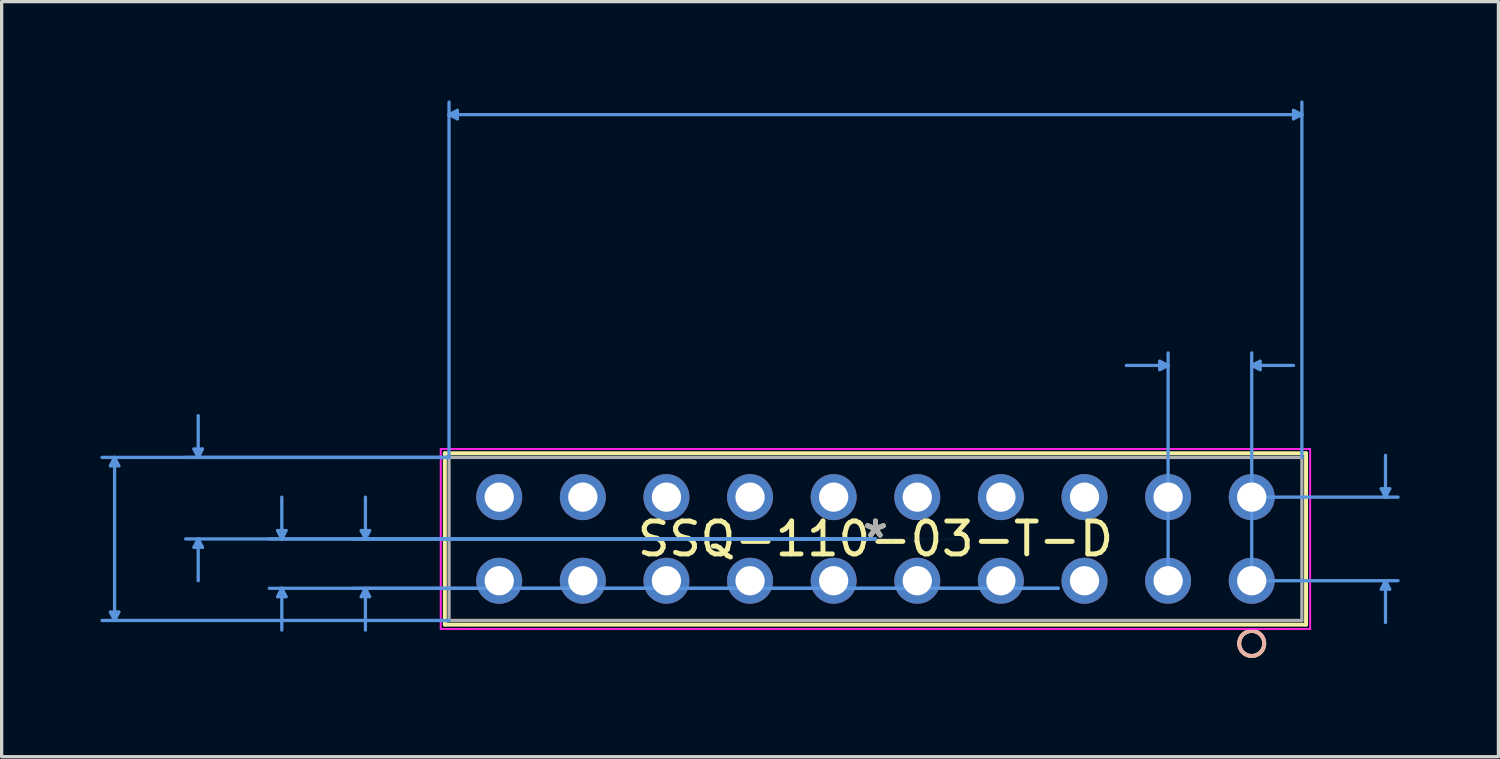
<source format=kicad_pcb>
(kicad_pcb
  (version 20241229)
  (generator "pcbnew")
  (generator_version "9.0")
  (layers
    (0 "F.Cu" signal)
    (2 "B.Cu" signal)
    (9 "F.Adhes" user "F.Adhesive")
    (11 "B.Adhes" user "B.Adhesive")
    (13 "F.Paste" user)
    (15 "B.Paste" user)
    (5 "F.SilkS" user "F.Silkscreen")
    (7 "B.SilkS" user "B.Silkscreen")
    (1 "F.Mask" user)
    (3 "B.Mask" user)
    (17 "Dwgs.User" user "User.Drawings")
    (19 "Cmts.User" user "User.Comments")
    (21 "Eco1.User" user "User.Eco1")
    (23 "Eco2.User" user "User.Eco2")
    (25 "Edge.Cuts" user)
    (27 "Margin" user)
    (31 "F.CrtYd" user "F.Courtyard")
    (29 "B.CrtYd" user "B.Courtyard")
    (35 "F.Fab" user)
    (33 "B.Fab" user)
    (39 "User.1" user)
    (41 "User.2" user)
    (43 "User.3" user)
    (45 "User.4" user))
  (footprint "SSQ-110-03-T-D"
    (layer "F.Cu")
    (at 23.545 13.322)
    (property "Reference" "SSQ-110-03-T-D" (at 0 0 0) (layer "F.SilkS") (effects (font (size 1 1) (thickness 0.15))))
    (attr through_hole)
    (fp_line (start -13.081 -2.603) (end -13.081 2.603) (stroke (width 0.12) (type solid)) (layer "F.SilkS"))
    (fp_line (start -13.081 2.603) (end 13.081 2.603) (stroke (width 0.12) (type solid)) (layer "F.SilkS"))
    (fp_line (start 13.081 -2.603) (end -13.081 -2.603) (stroke (width 0.12) (type solid)) (layer "F.SilkS"))
    (fp_line (start 13.081 2.603) (end 13.081 -2.603) (stroke (width 0.12) (type solid)) (layer "F.SilkS"))
    (fp_circle (center 11.43 3.175) (end 11.811 3.175) (stroke (width 0.12) (type solid)) (fill no) (layer "F.SilkS"))
    (fp_circle (center 11.43 3.175) (end 11.811 3.175) (stroke (width 0.12) (type solid)) (fill no) (layer "B.SilkS"))
    (fp_line (start -23.241 -2.223) (end -22.987 -2.223) (stroke (width 0.1) (type solid)) (layer "Cmts.User"))
    (fp_line (start -23.241 2.223) (end -22.987 2.223) (stroke (width 0.1) (type solid)) (layer "Cmts.User"))
    (fp_line (start -23.114 -2.477) (end -23.241 -2.223) (stroke (width 0.1) (type solid)) (layer "Cmts.User"))
    (fp_line (start -23.114 -2.477) (end -23.114 2.477) (stroke (width 0.1) (type solid)) (layer "Cmts.User"))
    (fp_line (start -23.114 -2.477) (end -22.987 -2.223) (stroke (width 0.1) (type solid)) (layer "Cmts.User"))
    (fp_line (start -23.114 2.477) (end -23.241 2.223) (stroke (width 0.1) (type solid)) (layer "Cmts.User"))
    (fp_line (start -23.114 2.477) (end -22.987 2.223) (stroke (width 0.1) (type solid)) (layer "Cmts.User"))
    (fp_line (start -20.701 -2.731) (end -20.447 -2.731) (stroke (width 0.1) (type solid)) (layer "Cmts.User"))
    (fp_line (start -20.701 0.254) (end -20.447 0.254) (stroke (width 0.1) (type solid)) (layer "Cmts.User"))
    (fp_line (start -20.574 -2.477) (end -20.701 -2.731) (stroke (width 0.1) (type solid)) (layer "Cmts.User"))
    (fp_line (start -20.574 -2.477) (end -20.574 -3.747) (stroke (width 0.1) (type solid)) (layer "Cmts.User"))
    (fp_line (start -20.574 -2.477) (end -20.447 -2.731) (stroke (width 0.1) (type solid)) (layer "Cmts.User"))
    (fp_line (start -20.574 0) (end -20.701 0.254) (stroke (width 0.1) (type solid)) (layer "Cmts.User"))
    (fp_line (start -20.574 0) (end -20.574 1.27) (stroke (width 0.1) (type solid)) (layer "Cmts.User"))
    (fp_line (start -20.574 0) (end -20.447 0.254) (stroke (width 0.1) (type solid)) (layer "Cmts.User"))
    (fp_line (start -18.161 -0.254) (end -17.907 -0.254) (stroke (width 0.1) (type solid)) (layer "Cmts.User"))
    (fp_line (start -18.161 1.753) (end -17.907 1.753) (stroke (width 0.1) (type solid)) (layer "Cmts.User"))
    (fp_line (start -18.034 0) (end -18.161 -0.254) (stroke (width 0.1) (type solid)) (layer "Cmts.User"))
    (fp_line (start -18.034 0) (end -18.034 -1.27) (stroke (width 0.1) (type solid)) (layer "Cmts.User"))
    (fp_line (start -18.034 0) (end -17.907 -0.254) (stroke (width 0.1) (type solid)) (layer "Cmts.User"))
    (fp_line (start -18.034 1.499) (end -18.161 1.753) (stroke (width 0.1) (type solid)) (layer "Cmts.User"))
    (fp_line (start -18.034 1.499) (end -18.034 2.769) (stroke (width 0.1) (type solid)) (layer "Cmts.User"))
    (fp_line (start -18.034 1.499) (end -17.907 1.753) (stroke (width 0.1) (type solid)) (layer "Cmts.User"))
    (fp_line (start -15.621 -0.254) (end -15.367 -0.254) (stroke (width 0.1) (type solid)) (layer "Cmts.User"))
    (fp_line (start -15.621 1.753) (end -15.367 1.753) (stroke (width 0.1) (type solid)) (layer "Cmts.User"))
    (fp_line (start -15.494 0) (end -15.621 -0.254) (stroke (width 0.1) (type solid)) (layer "Cmts.User"))
    (fp_line (start -15.494 0) (end -15.494 -1.27) (stroke (width 0.1) (type solid)) (layer "Cmts.User"))
    (fp_line (start -15.494 0) (end -15.367 -0.254) (stroke (width 0.1) (type solid)) (layer "Cmts.User"))
    (fp_line (start -15.494 1.499) (end -15.621 1.753) (stroke (width 0.1) (type solid)) (layer "Cmts.User"))
    (fp_line (start -15.494 1.499) (end -15.494 2.769) (stroke (width 0.1) (type solid)) (layer "Cmts.User"))
    (fp_line (start -15.494 1.499) (end -15.367 1.753) (stroke (width 0.1) (type solid)) (layer "Cmts.User"))
    (fp_line (start -12.954 -12.89) (end -12.7 -13.018) (stroke (width 0.1) (type solid)) (layer "Cmts.User"))
    (fp_line (start -12.954 -12.89) (end -12.7 -12.764) (stroke (width 0.1) (type solid)) (layer "Cmts.User"))
    (fp_line (start -12.954 -12.89) (end 12.954 -12.89) (stroke (width 0.1) (type solid)) (layer "Cmts.User"))
    (fp_line (start -12.954 -2.477) (end -23.495 -2.477) (stroke (width 0.1) (type solid)) (layer "Cmts.User"))
    (fp_line (start -12.954 -2.477) (end -20.955 -2.477) (stroke (width 0.1) (type solid)) (layer "Cmts.User"))
    (fp_line (start -12.954 -2.477) (end -12.954 -13.271) (stroke (width 0.1) (type solid)) (layer "Cmts.User"))
    (fp_line (start -12.954 2.477) (end -23.495 2.477) (stroke (width 0.1) (type solid)) (layer "Cmts.User"))
    (fp_line (start -12.7 -13.018) (end -12.7 -12.764) (stroke (width 0.1) (type solid)) (layer "Cmts.User"))
    (fp_line (start 0 0) (end -20.955 0) (stroke (width 0.1) (type solid)) (layer "Cmts.User"))
    (fp_line (start 0 0) (end -18.415 0) (stroke (width 0.1) (type solid)) (layer "Cmts.User"))
    (fp_line (start 0 0) (end -15.875 0) (stroke (width 0.1) (type solid)) (layer "Cmts.User"))
    (fp_line (start 5.55 1.499) (end -18.415 1.499) (stroke (width 0.1) (type solid)) (layer "Cmts.User"))
    (fp_line (start 5.55 1.499) (end -15.875 1.499) (stroke (width 0.1) (type solid)) (layer "Cmts.User"))
    (fp_line (start 8.636 -5.397) (end 8.636 -5.144) (stroke (width 0.1) (type solid)) (layer "Cmts.User"))
    (fp_line (start 8.89 -5.271) (end 7.62 -5.271) (stroke (width 0.1) (type solid)) (layer "Cmts.User"))
    (fp_line (start 8.89 -5.271) (end 8.636 -5.397) (stroke (width 0.1) (type solid)) (layer "Cmts.User"))
    (fp_line (start 8.89 -5.271) (end 8.636 -5.144) (stroke (width 0.1) (type solid)) (layer "Cmts.User"))
    (fp_line (start 8.89 1.27) (end 8.89 -5.652) (stroke (width 0.1) (type solid)) (layer "Cmts.User"))
    (fp_line (start 11.43 -5.271) (end 11.684 -5.397) (stroke (width 0.1) (type solid)) (layer "Cmts.User"))
    (fp_line (start 11.43 -5.271) (end 11.684 -5.144) (stroke (width 0.1) (type solid)) (layer "Cmts.User"))
    (fp_line (start 11.43 -5.271) (end 12.7 -5.271) (stroke (width 0.1) (type solid)) (layer "Cmts.User"))
    (fp_line (start 11.43 -1.27) (end 15.875 -1.27) (stroke (width 0.1) (type solid)) (layer "Cmts.User"))
    (fp_line (start 11.43 1.27) (end 11.43 -5.652) (stroke (width 0.1) (type solid)) (layer "Cmts.User"))
    (fp_line (start 11.43 1.27) (end 15.875 1.27) (stroke (width 0.1) (type solid)) (layer "Cmts.User"))
    (fp_line (start 11.684 -5.397) (end 11.684 -5.144) (stroke (width 0.1) (type solid)) (layer "Cmts.User"))
    (fp_line (start 12.7 -13.018) (end 12.7 -12.764) (stroke (width 0.1) (type solid)) (layer "Cmts.User"))
    (fp_line (start 12.954 -12.89) (end 12.7 -13.018) (stroke (width 0.1) (type solid)) (layer "Cmts.User"))
    (fp_line (start 12.954 -12.89) (end 12.7 -12.764) (stroke (width 0.1) (type solid)) (layer "Cmts.User"))
    (fp_line (start 12.954 -2.477) (end 12.954 -13.271) (stroke (width 0.1) (type solid)) (layer "Cmts.User"))
    (fp_line (start 15.367 -1.524) (end 15.621 -1.524) (stroke (width 0.1) (type solid)) (layer "Cmts.User"))
    (fp_line (start 15.367 1.524) (end 15.621 1.524) (stroke (width 0.1) (type solid)) (layer "Cmts.User"))
    (fp_line (start 15.494 -1.27) (end 15.367 -1.524) (stroke (width 0.1) (type solid)) (layer "Cmts.User"))
    (fp_line (start 15.494 -1.27) (end 15.494 -2.54) (stroke (width 0.1) (type solid)) (layer "Cmts.User"))
    (fp_line (start 15.494 -1.27) (end 15.621 -1.524) (stroke (width 0.1) (type solid)) (layer "Cmts.User"))
    (fp_line (start 15.494 1.27) (end 15.367 1.524) (stroke (width 0.1) (type solid)) (layer "Cmts.User"))
    (fp_line (start 15.494 1.27) (end 15.494 2.54) (stroke (width 0.1) (type solid)) (layer "Cmts.User"))
    (fp_line (start 15.494 1.27) (end 15.621 1.524) (stroke (width 0.1) (type solid)) (layer "Cmts.User"))
    (fp_line (start -13.208 -2.731) (end -13.208 2.731) (stroke (width 0.05) (type solid)) (layer "F.CrtYd"))
    (fp_line (start -13.208 -2.731) (end -13.208 2.731) (stroke (width 0.05) (type solid)) (layer "F.CrtYd"))
    (fp_line (start -13.208 2.731) (end -12.383 2.731) (stroke (width 0.05) (type solid)) (layer "F.CrtYd"))
    (fp_line (start -13.208 2.731) (end -12.383 2.731) (stroke (width 0.05) (type solid)) (layer "F.CrtYd"))
    (fp_line (start -12.383 -2.731) (end -13.208 -2.731) (stroke (width 0.05) (type solid)) (layer "F.CrtYd"))
    (fp_line (start -12.383 -2.731) (end -13.208 -2.731) (stroke (width 0.05) (type solid)) (layer "F.CrtYd"))
    (fp_line (start -12.383 -2.731) (end -12.383 -2.731) (stroke (width 0.05) (type solid)) (layer "F.CrtYd"))
    (fp_line (start -12.383 -2.731) (end -12.383 -2.731) (stroke (width 0.05) (type solid)) (layer "F.CrtYd"))
    (fp_line (start -12.383 2.731) (end -12.383 2.731) (stroke (width 0.05) (type solid)) (layer "F.CrtYd"))
    (fp_line (start -12.383 2.731) (end -12.383 2.731) (stroke (width 0.05) (type solid)) (layer "F.CrtYd"))
    (fp_line (start -12.383 2.731) (end 12.383 2.731) (stroke (width 0.05) (type solid)) (layer "F.CrtYd"))
    (fp_line (start -12.383 2.731) (end 12.383 2.731) (stroke (width 0.05) (type solid)) (layer "F.CrtYd"))
    (fp_line (start 12.383 -2.731) (end -12.383 -2.731) (stroke (width 0.05) (type solid)) (layer "F.CrtYd"))
    (fp_line (start 12.383 -2.731) (end -12.383 -2.731) (stroke (width 0.05) (type solid)) (layer "F.CrtYd"))
    (fp_line (start 12.383 -2.731) (end 12.383 -2.731) (stroke (width 0.05) (type solid)) (layer "F.CrtYd"))
    (fp_line (start 12.383 -2.731) (end 12.383 -2.731) (stroke (width 0.05) (type solid)) (layer "F.CrtYd"))
    (fp_line (start 12.383 2.731) (end 12.383 2.731) (stroke (width 0.05) (type solid)) (layer "F.CrtYd"))
    (fp_line (start 12.383 2.731) (end 12.383 2.731) (stroke (width 0.05) (type solid)) (layer "F.CrtYd"))
    (fp_line (start 12.383 2.731) (end 13.208 2.731) (stroke (width 0.05) (type solid)) (layer "F.CrtYd"))
    (fp_line (start 12.383 2.731) (end 13.208 2.731) (stroke (width 0.05) (type solid)) (layer "F.CrtYd"))
    (fp_line (start 13.208 -2.731) (end 12.383 -2.731) (stroke (width 0.05) (type solid)) (layer "F.CrtYd"))
    (fp_line (start 13.208 -2.731) (end 12.383 -2.731) (stroke (width 0.05) (type solid)) (layer "F.CrtYd"))
    (fp_line (start 13.208 2.731) (end 13.208 -2.731) (stroke (width 0.05) (type solid)) (layer "F.CrtYd"))
    (fp_line (start 13.208 2.731) (end 13.208 -2.731) (stroke (width 0.05) (type solid)) (layer "F.CrtYd"))
    (fp_line (start -12.954 -2.477) (end -12.954 2.477) (stroke (width 0.1) (type solid)) (layer "F.Fab"))
    (fp_line (start -12.954 2.477) (end 12.954 2.477) (stroke (width 0.1) (type solid)) (layer "F.Fab"))
    (fp_line (start 12.954 -2.477) (end -12.954 -2.477) (stroke (width 0.1) (type solid)) (layer "F.Fab"))
    (fp_line (start 12.954 2.477) (end 12.954 -2.477) (stroke (width 0.1) (type solid)) (layer "F.Fab"))
    (fp_circle (center 11.43 1.27) (end 11.684 1.27) (stroke (width 0.1) (type solid)) (fill no) (layer "F.Fab"))
    (fp_text user "*" (at 0 0 0) (layer "F.SilkS") (effects (font (size 1 1) (thickness 0.15))))
    (fp_text user "Copyright 2021 Accelerated Designs. All rights reserved." (at 0 0 0) (layer "Cmts.User") (effects (font (size 0.127 0.127) (thickness 0.002))))
    (fp_text user "*" (at 0 0 0) (layer "F.Fab") (effects (font (size 1 1) (thickness 0.15))))
    (pad "1" thru_hole circle (at 11.43 1.27 90) (size 1.397 1.397) (drill 0.889) (layers "*.Cu" "*.Mask"))
    (pad "2" thru_hole circle (at 11.43 -1.27 90) (size 1.397 1.397) (drill 0.889) (layers "*.Cu" "*.Mask"))
    (pad "3" thru_hole circle (at 8.89 1.27 90) (size 1.397 1.397) (drill 0.889) (layers "*.Cu" "*.Mask"))
    (pad "4" thru_hole circle (at 8.89 -1.27 90) (size 1.397 1.397) (drill 0.889) (layers "*.Cu" "*.Mask"))
    (pad "5" thru_hole circle (at 6.35 1.27 90) (size 1.397 1.397) (drill 0.889) (layers "*.Cu" "*.Mask"))
    (pad "6" thru_hole circle (at 6.35 -1.27 90) (size 1.397 1.397) (drill 0.889) (layers "*.Cu" "*.Mask"))
    (pad "7" thru_hole circle (at 3.81 1.27 90) (size 1.397 1.397) (drill 0.889) (layers "*.Cu" "*.Mask"))
    (pad "8" thru_hole circle (at 3.81 -1.27 90) (size 1.397 1.397) (drill 0.889) (layers "*.Cu" "*.Mask"))
    (pad "9" thru_hole circle (at 1.27 1.27 90) (size 1.397 1.397) (drill 0.889) (layers "*.Cu" "*.Mask"))
    (pad "10" thru_hole circle (at 1.27 -1.27 90) (size 1.397 1.397) (drill 0.889) (layers "*.Cu" "*.Mask"))
    (pad "11" thru_hole circle (at -1.27 1.27 90) (size 1.397 1.397) (drill 0.889) (layers "*.Cu" "*.Mask"))
    (pad "12" thru_hole circle (at -1.27 -1.27 90) (size 1.397 1.397) (drill 0.889) (layers "*.Cu" "*.Mask"))
    (pad "13" thru_hole circle (at -3.81 1.27 90) (size 1.397 1.397) (drill 0.889) (layers "*.Cu" "*.Mask"))
    (pad "14" thru_hole circle (at -3.81 -1.27 90) (size 1.397 1.397) (drill 0.889) (layers "*.Cu" "*.Mask"))
    (pad "15" thru_hole circle (at -6.35 1.27 90) (size 1.397 1.397) (drill 0.889) (layers "*.Cu" "*.Mask"))
    (pad "16" thru_hole circle (at -6.35 -1.27 90) (size 1.397 1.397) (drill 0.889) (layers "*.Cu" "*.Mask"))
    (pad "17" thru_hole circle (at -8.89 1.27 90) (size 1.397 1.397) (drill 0.889) (layers "*.Cu" "*.Mask"))
    (pad "18" thru_hole circle (at -8.89 -1.27 90) (size 1.397 1.397) (drill 0.889) (layers "*.Cu" "*.Mask"))
    (pad "19" thru_hole circle (at -11.43 1.27 90) (size 1.397 1.397) (drill 0.889) (layers "*.Cu" "*.Mask"))
    (pad "20" thru_hole circle (at -11.43 -1.27 90) (size 1.397 1.397) (drill 0.889) (layers "*.Cu" "*.Mask")))
  (gr_rect
    (start -3 -3)
    (end 42.47 19.938)
    (stroke (width 0.1) (type default))
    (fill no)
    (layer "Edge.Cuts")))
</source>
